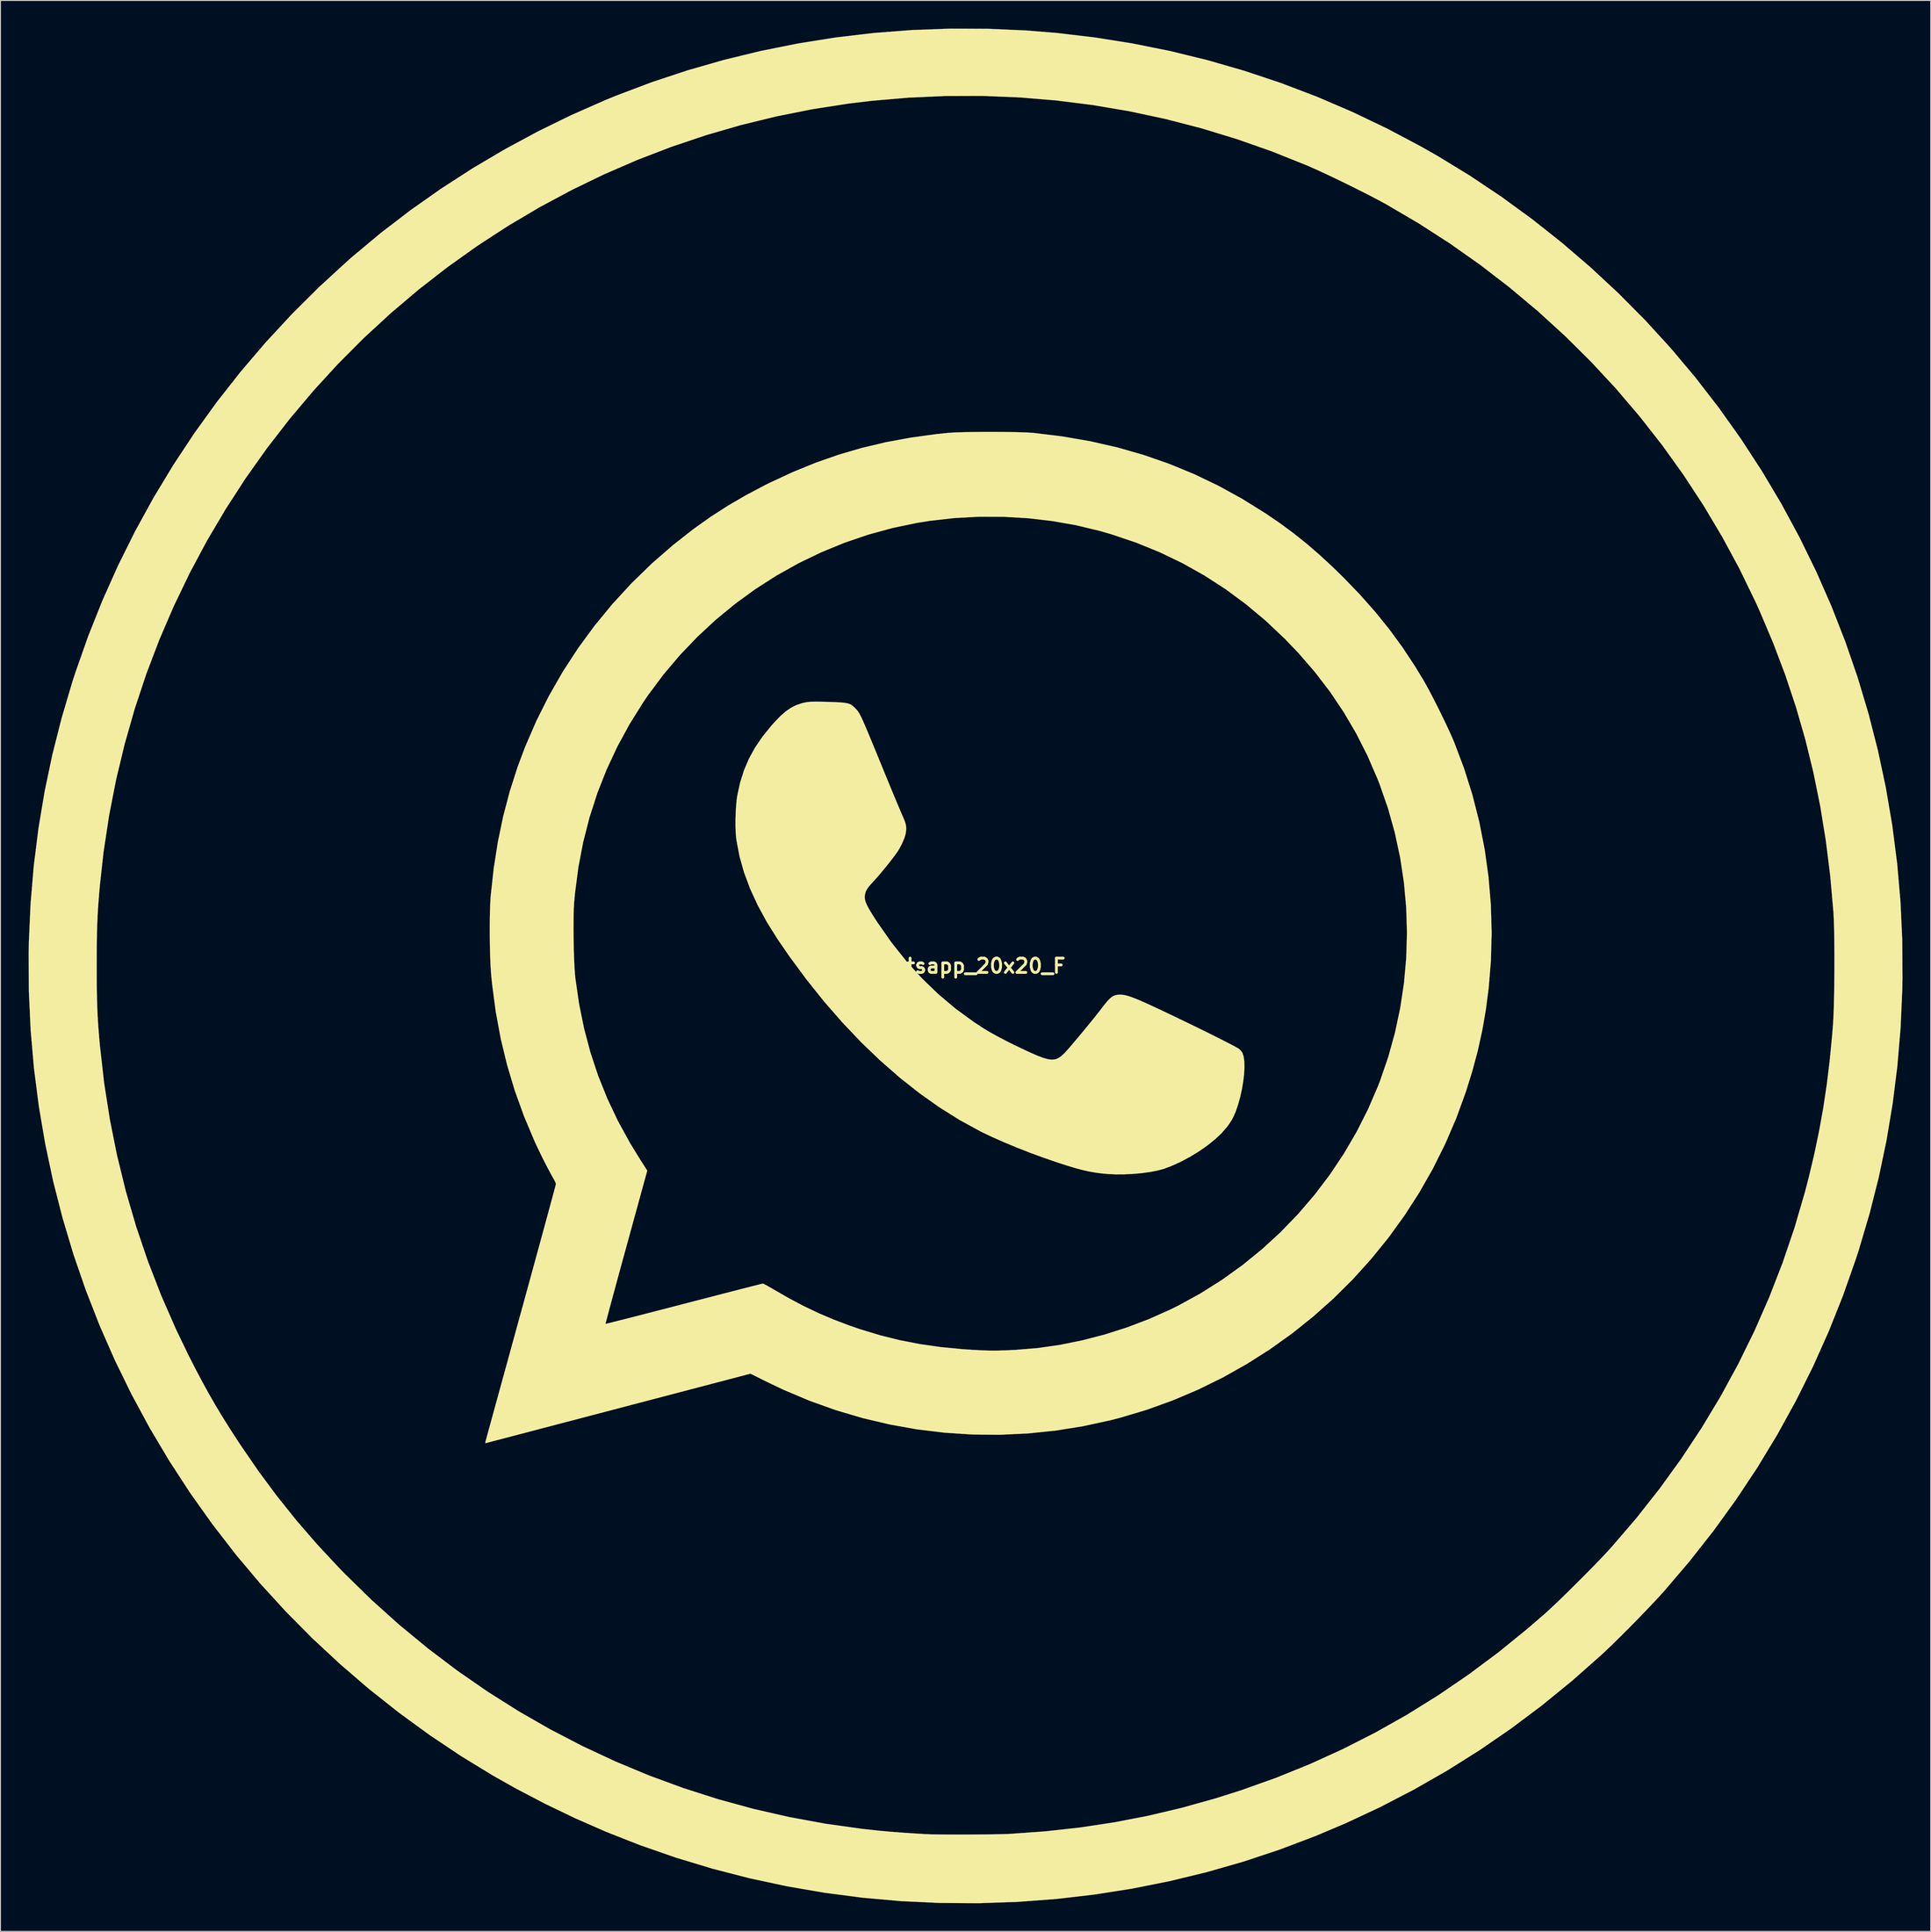
<source format=kicad_pcb>
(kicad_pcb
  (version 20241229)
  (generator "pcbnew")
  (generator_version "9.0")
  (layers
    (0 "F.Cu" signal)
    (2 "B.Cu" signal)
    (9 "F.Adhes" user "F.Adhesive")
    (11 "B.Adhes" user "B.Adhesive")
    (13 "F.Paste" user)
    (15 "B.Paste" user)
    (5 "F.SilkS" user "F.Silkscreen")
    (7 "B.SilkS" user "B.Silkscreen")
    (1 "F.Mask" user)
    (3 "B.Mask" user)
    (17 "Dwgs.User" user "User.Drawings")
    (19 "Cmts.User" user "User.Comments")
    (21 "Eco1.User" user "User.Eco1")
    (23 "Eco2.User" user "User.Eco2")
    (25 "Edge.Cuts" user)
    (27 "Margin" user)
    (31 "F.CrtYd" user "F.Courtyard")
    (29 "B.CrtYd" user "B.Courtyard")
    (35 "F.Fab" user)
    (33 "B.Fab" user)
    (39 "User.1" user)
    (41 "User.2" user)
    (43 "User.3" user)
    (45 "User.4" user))
  (footprint "whatsapp_20x20_F"
    (layer "F.Cu")
    (at 99.929 99.936)
    (property "Reference" "whatsapp_20x20_F" (at 0 0 0) (layer "F.SilkS") (effects (font (size 1.524 1.524) (thickness 0.3))))
    (attr through_hole)
    (fp_poly (pts (xy -15.442 -28.172) (xy -14.805 -28.156) (xy -14.647 -28.151) (xy -13.96 -28.128) (xy -13.419 -28.101) (xy -12.999 -28.066) (xy -12.677 -28.018) (xy -12.429 -27.952) (xy -12.232 -27.864) (xy -12.061 -27.747) (xy -11.892 -27.598) (xy -11.87 -27.576) (xy -11.757 -27.466) (xy -11.655 -27.361) (xy -11.559 -27.251) (xy -11.463 -27.123) (xy -11.363 -26.966) (xy -11.253 -26.77) (xy -11.128 -26.523) (xy -10.982 -26.213) (xy -10.811 -25.829) (xy -10.609 -25.36) (xy -10.37 -24.795) (xy -10.09 -24.122) (xy -9.764 -23.331) (xy -9.385 -22.409) (xy -8.949 -21.345) (xy -8.789 -20.955) (xy -8.463 -20.161) (xy -8.14 -19.377) (xy -7.83 -18.627) (xy -7.54 -17.931) (xy -7.281 -17.311) (xy -7.06 -16.789) (xy -6.888 -16.385) (xy -6.796 -16.173) (xy -6.599 -15.718) (xy -6.466 -15.376) (xy -6.384 -15.108) (xy -6.342 -14.878) (xy -6.33 -14.644) (xy -6.329 -14.607) (xy -6.376 -14.15) (xy -6.52 -13.64) (xy -6.771 -13.054) (xy -7.072 -12.478) (xy -7.248 -12.201) (xy -7.515 -11.825) (xy -7.853 -11.375) (xy -8.241 -10.88) (xy -8.658 -10.365) (xy -9.081 -9.857) (xy -9.491 -9.383) (xy -9.866 -8.968) (xy -9.927 -8.903) (xy -10.283 -8.504) (xy -10.524 -8.172) (xy -10.67 -7.871) (xy -10.739 -7.563) (xy -10.751 -7.305) (xy -10.73 -7.082) (xy -10.66 -6.828) (xy -10.534 -6.523) (xy -10.341 -6.151) (xy -10.073 -5.694) (xy -9.72 -5.132) (xy -9.371 -4.597) (xy -7.888 -2.482) (xy -6.319 -0.513) (xy -4.663 1.313) (xy -2.915 3) (xy -1.075 4.55) (xy 0.861 5.965) (xy 1.965 6.685) (xy 2.641 7.088) (xy 3.448 7.535) (xy 4.356 8.01) (xy 5.338 8.499) (xy 6.364 8.988) (xy 6.918 9.243) (xy 7.646 9.561) (xy 8.25 9.793) (xy 8.752 9.937) (xy 9.175 9.994) (xy 9.541 9.962) (xy 9.872 9.841) (xy 10.191 9.63) (xy 10.518 9.328) (xy 10.708 9.126) (xy 11.007 8.789) (xy 11.388 8.345) (xy 11.829 7.825) (xy 12.306 7.254) (xy 12.797 6.66) (xy 13.279 6.072) (xy 13.729 5.516) (xy 14.124 5.021) (xy 14.441 4.613) (xy 14.499 4.538) (xy 14.881 4.045) (xy 15.195 3.675) (xy 15.461 3.412) (xy 15.703 3.237) (xy 15.942 3.131) (xy 16.202 3.077) (xy 16.324 3.066) (xy 16.531 3.06) (xy 16.751 3.075) (xy 16.998 3.116) (xy 17.282 3.188) (xy 17.617 3.295) (xy 18.014 3.443) (xy 18.487 3.635) (xy 19.046 3.879) (xy 19.705 4.177) (xy 20.476 4.535) (xy 21.371 4.957) (xy 22.401 5.449) (xy 22.682 5.584) (xy 23.541 5.998) (xy 24.392 6.412) (xy 25.219 6.817) (xy 26.007 7.206) (xy 26.74 7.572) (xy 27.405 7.907) (xy 27.986 8.204) (xy 28.467 8.454) (xy 28.835 8.65) (xy 29.073 8.786) (xy 29.146 8.833) (xy 29.358 9.033) (xy 29.522 9.261) (xy 29.525 9.265) (xy 29.654 9.646) (xy 29.726 10.161) (xy 29.742 10.787) (xy 29.706 11.5) (xy 29.619 12.276) (xy 29.483 13.091) (xy 29.301 13.921) (xy 29.073 14.742) (xy 29.027 14.891) (xy 28.816 15.505) (xy 28.606 16.008) (xy 28.368 16.455) (xy 28.074 16.902) (xy 27.869 17.181) (xy 27.311 17.824) (xy 26.613 18.48) (xy 25.802 19.131) (xy 24.906 19.758) (xy 23.95 20.344) (xy 22.962 20.872) (xy 21.968 21.323) (xy 21.146 21.631) (xy 20.488 21.812) (xy 19.701 21.965) (xy 18.821 22.086) (xy 17.887 22.171) (xy 16.937 22.218) (xy 16.009 22.222) (xy 15.198 22.185) (xy 14.502 22.121) (xy 13.839 22.034) (xy 13.178 21.917) (xy 12.49 21.763) (xy 11.742 21.564) (xy 10.904 21.314) (xy 9.946 21.005) (xy 9.79 20.954) (xy 8.35 20.457) (xy 6.909 19.928) (xy 5.501 19.378) (xy 4.157 18.822) (xy 2.907 18.271) (xy 1.784 17.738) (xy 1.524 17.607) (xy -0.641 16.422) (xy -2.791 15.073) (xy -4.919 13.566) (xy -7.021 11.905) (xy -9.091 10.097) (xy -11.123 8.145) (xy -13.111 6.056) (xy -15.051 3.835) (xy -16.936 1.487) (xy -18.761 -0.983) (xy -20.037 -2.836) (xy -21.179 -4.656) (xy -22.157 -6.451) (xy -22.972 -8.219) (xy -23.621 -9.959) (xy -24.106 -11.671) (xy -24.425 -13.352) (xy -24.477 -13.754) (xy -24.519 -14.295) (xy -24.538 -14.954) (xy -24.535 -15.68) (xy -24.511 -16.424) (xy -24.467 -17.136) (xy -24.405 -17.767) (xy -24.347 -18.161) (xy -24.04 -19.559) (xy -23.628 -20.865) (xy -23.101 -22.1) (xy -22.446 -23.289) (xy -21.652 -24.454) (xy -20.707 -25.619) (xy -20.354 -26.013) (xy -19.743 -26.643) (xy -19.179 -27.139) (xy -18.632 -27.519) (xy -18.075 -27.801) (xy -17.48 -28.004) (xy -17.158 -28.081) (xy -16.918 -28.125) (xy -16.654 -28.155) (xy -16.338 -28.172) (xy -15.944 -28.178) (xy -15.442 -28.172)) (stroke (width 0.01) (type solid)) (fill yes) (layer "F.SilkS"))
    (fp_poly (pts (xy 3.232 -56.939) (xy 4.118 -56.933) (xy 4.96 -56.921) (xy 5.733 -56.903) (xy 6.41 -56.88) (xy 6.964 -56.852) (xy 7.281 -56.826) (xy 10.338 -56.453) (xy 13.302 -55.94) (xy 16.182 -55.284) (xy 18.982 -54.483) (xy 21.71 -53.535) (xy 24.372 -52.439) (xy 26.974 -51.191) (xy 29.522 -49.789) (xy 32.024 -48.231) (xy 32.046 -48.216) (xy 33.571 -47.173) (xy 35.021 -46.1) (xy 36.427 -44.974) (xy 37.823 -43.766) (xy 39.237 -42.453) (xy 40.349 -41.365) (xy 42.112 -39.533) (xy 43.73 -37.702) (xy 45.226 -35.846) (xy 46.622 -33.934) (xy 47.94 -31.939) (xy 48.851 -30.438) (xy 49.168 -29.877) (xy 49.535 -29.195) (xy 49.937 -28.424) (xy 50.355 -27.598) (xy 50.774 -26.751) (xy 51.177 -25.916) (xy 51.547 -25.127) (xy 51.868 -24.418) (xy 52.118 -23.834) (xy 53.165 -21.062) (xy 54.056 -18.234) (xy 54.788 -15.357) (xy 55.36 -12.441) (xy 55.771 -9.495) (xy 56.021 -6.528) (xy 56.107 -3.55) (xy 56.028 -0.569) (xy 55.79 2.347) (xy 55.491 4.657) (xy 55.104 6.883) (xy 54.62 9.073) (xy 54.027 11.278) (xy 53.343 13.462) (xy 52.325 16.251) (xy 51.158 18.964) (xy 49.847 21.597) (xy 48.399 24.144) (xy 46.817 26.601) (xy 45.108 28.963) (xy 43.276 31.225) (xy 41.326 33.383) (xy 39.265 35.432) (xy 37.096 37.366) (xy 34.825 39.182) (xy 32.457 40.874) (xy 29.998 42.438) (xy 27.453 43.869) (xy 24.826 45.161) (xy 22.123 46.311) (xy 19.349 47.314) (xy 16.51 48.164) (xy 15.452 48.437) (xy 12.523 49.074) (xy 9.577 49.544) (xy 6.623 49.847) (xy 3.664 49.985) (xy 0.708 49.957) (xy -2.239 49.765) (xy -5.171 49.41) (xy -8.082 48.891) (xy -10.967 48.209) (xy -13.818 47.367) (xy -16.63 46.363) (xy -19.396 45.198) (xy -21.228 44.325) (xy -22.94 43.47) (xy -37.06 47.175) (xy -38.568 47.571) (xy -40.032 47.954) (xy -41.443 48.325) (xy -42.792 48.678) (xy -44.073 49.014) (xy -45.275 49.329) (xy -46.39 49.622) (xy -47.412 49.889) (xy -48.33 50.13) (xy -49.136 50.341) (xy -49.823 50.52) (xy -50.382 50.666) (xy -50.804 50.777) (xy -51.081 50.849) (xy -51.205 50.881) (xy -51.211 50.882) (xy -51.216 50.814) (xy -51.185 50.657) (xy -51.156 50.552) (xy -51.085 50.292) (xy -50.974 49.886) (xy -50.826 49.343) (xy -50.641 48.671) (xy -50.424 47.88) (xy -50.177 46.977) (xy -49.901 45.972) (xy -49.599 44.873) (xy -49.274 43.689) (xy -48.927 42.428) (xy -48.562 41.1) (xy -48.181 39.712) (xy -47.786 38.274) (xy -47.408 36.898) (xy -47.002 35.423) (xy -46.609 33.991) (xy -46.231 32.612) (xy -45.87 31.293) (xy -45.528 30.043) (xy -45.208 28.871) (xy -44.912 27.786) (xy -44.642 26.795) (xy -44.401 25.908) (xy -44.191 25.134) (xy -44.014 24.48) (xy -43.873 23.955) (xy -43.77 23.569) (xy -43.708 23.328) (xy -43.688 23.244) (xy -43.729 23.106) (xy -43.833 22.884) (xy -43.926 22.716) (xy -44.208 22.216) (xy -44.537 21.603) (xy -44.892 20.916) (xy -45.253 20.197) (xy -45.598 19.487) (xy -45.907 18.827) (xy -45.959 18.711) (xy -47.097 16.008) (xy -48.077 13.287) (xy -48.903 10.533) (xy -49.579 7.73) (xy -50.109 4.863) (xy -50.497 1.917) (xy -50.598 0.889) (xy -50.645 0.237) (xy -50.684 -0.541) (xy -50.713 -1.413) (xy -50.733 -2.346) (xy -50.744 -3.309) (xy -50.744 -3.864) (xy -41.814 -3.864) (xy -41.807 -2.968) (xy -41.791 -2.065) (xy -41.766 -1.186) (xy -41.734 -0.362) (xy -41.695 0.375) (xy -41.65 0.994) (xy -41.617 1.312) (xy -41.223 4.035) (xy -40.689 6.667) (xy -40.012 9.222) (xy -39.186 11.709) (xy -38.209 14.141) (xy -37.076 16.53) (xy -35.782 18.888) (xy -34.742 20.584) (xy -33.949 21.821) (xy -36.19 29.978) (xy -36.503 31.118) (xy -36.802 32.211) (xy -37.085 33.246) (xy -37.348 34.212) (xy -37.589 35.099) (xy -37.804 35.895) (xy -37.991 36.59) (xy -38.147 37.172) (xy -38.268 37.63) (xy -38.353 37.954) (xy -38.396 38.132) (xy -38.402 38.165) (xy -38.318 38.148) (xy -38.081 38.091) (xy -37.702 37.997) (xy -37.191 37.869) (xy -36.561 37.709) (xy -35.821 37.521) (xy -34.984 37.306) (xy -34.058 37.069) (xy -33.057 36.81) (xy -31.99 36.535) (xy -30.868 36.244) (xy -30.045 36.03) (xy -28.889 35.73) (xy -27.78 35.443) (xy -26.727 35.17) (xy -25.741 34.916) (xy -24.835 34.682) (xy -24.018 34.472) (xy -23.302 34.289) (xy -22.698 34.135) (xy -22.217 34.013) (xy -21.87 33.926) (xy -21.668 33.877) (xy -21.619 33.867) (xy -21.515 33.908) (xy -21.294 34.022) (xy -20.987 34.192) (xy -20.621 34.403) (xy -20.476 34.489) (xy -18.818 35.441) (xy -17.221 36.283) (xy -15.643 37.035) (xy -14.037 37.716) (xy -12.359 38.349) (xy -11.218 38.74) (xy -9.132 39.375) (xy -7.029 39.898) (xy -4.879 40.317) (xy -2.654 40.636) (xy -0.326 40.86) (xy 0.776 40.932) (xy 1.457 40.968) (xy 2.036 40.994) (xy 2.554 41.009) (xy 3.052 41.012) (xy 3.57 41.005) (xy 4.149 40.987) (xy 4.83 40.958) (xy 5.334 40.934) (xy 7.672 40.744) (xy 10.053 40.403) (xy 12.452 39.918) (xy 14.849 39.295) (xy 17.219 38.54) (xy 19.541 37.659) (xy 21.791 36.658) (xy 22.648 36.235) (xy 25.034 34.928) (xy 27.329 33.482) (xy 29.527 31.904) (xy 31.622 30.199) (xy 33.609 28.373) (xy 35.482 26.434) (xy 37.235 24.388) (xy 38.863 22.241) (xy 40.359 19.998) (xy 41.719 17.668) (xy 42.937 15.255) (xy 44.006 12.767) (xy 44.205 12.252) (xy 45.085 9.693) (xy 45.804 7.092) (xy 46.363 4.457) (xy 46.761 1.797) (xy 46.999 -0.879) (xy 47.076 -3.562) (xy 46.993 -6.244) (xy 46.75 -8.916) (xy 46.346 -11.57) (xy 45.783 -14.196) (xy 45.059 -16.786) (xy 44.175 -19.331) (xy 43.937 -19.94) (xy 42.866 -22.411) (xy 41.669 -24.775) (xy 40.341 -27.042) (xy 38.876 -29.222) (xy 37.266 -31.324) (xy 35.507 -33.358) (xy 34.041 -34.887) (xy 32.017 -36.797) (xy 29.917 -38.556) (xy 27.738 -40.166) (xy 25.479 -41.627) (xy 23.136 -42.94) (xy 20.709 -44.108) (xy 18.195 -45.131) (xy 15.592 -46.01) (xy 14.266 -46.393) (xy 11.795 -46.986) (xy 9.255 -47.433) (xy 6.666 -47.734) (xy 4.046 -47.887) (xy 1.416 -47.893) (xy -1.206 -47.75) (xy -3.8 -47.458) (xy -5.165 -47.24) (xy -7.798 -46.691) (xy -10.386 -45.982) (xy -12.921 -45.118) (xy -15.397 -44.102) (xy -17.805 -42.94) (xy -20.14 -41.636) (xy -22.394 -40.196) (xy -24.559 -38.622) (xy -26.629 -36.921) (xy -28.597 -35.097) (xy -30.456 -33.154) (xy -32.198 -31.097) (xy -33.817 -28.931) (xy -34.351 -28.152) (xy -35.819 -25.809) (xy -37.128 -23.41) (xy -38.278 -20.953) (xy -39.27 -18.437) (xy -40.103 -15.861) (xy -40.778 -13.225) (xy -41.295 -10.528) (xy -41.654 -7.769) (xy -41.746 -6.748) (xy -41.779 -6.195) (xy -41.801 -5.509) (xy -41.812 -4.721) (xy -41.814 -3.864) (xy -50.744 -3.864) (xy -50.745 -4.269) (xy -50.736 -5.193) (xy -50.716 -6.05) (xy -50.687 -6.806) (xy -50.648 -7.429) (xy -50.642 -7.493) (xy -50.321 -10.42) (xy -49.877 -13.242) (xy -49.306 -15.975) (xy -48.606 -18.631) (xy -47.772 -21.228) (xy -46.98 -23.339) (xy -45.787 -26.094) (xy -44.447 -28.768) (xy -42.962 -31.358) (xy -41.336 -33.858) (xy -39.572 -36.264) (xy -37.674 -38.573) (xy -35.645 -40.779) (xy -33.487 -42.879) (xy -31.205 -44.868) (xy -29.041 -46.565) (xy -27.231 -47.853) (xy -25.37 -49.053) (xy -23.423 -50.189) (xy -21.351 -51.281) (xy -20.87 -51.52) (xy -18.425 -52.656) (xy -15.986 -53.65) (xy -13.53 -54.508) (xy -11.037 -55.236) (xy -8.484 -55.84) (xy -5.849 -56.327) (xy -3.111 -56.703) (xy -1.947 -56.826) (xy -1.503 -56.859) (xy -0.915 -56.887) (xy -0.212 -56.908) (xy 0.581 -56.924) (xy 1.437 -56.935) (xy 2.33 -56.94) (xy 3.232 -56.939)) (stroke (width 0.01) (type solid)) (fill yes) (layer "F.SilkS"))
    (fp_poly (pts (xy 2.412 -99.916) (xy 6.484 -99.735) (xy 9.652 -99.479) (xy 13.756 -98.996) (xy 17.82 -98.35) (xy 21.841 -97.54) (xy 25.818 -96.567) (xy 29.745 -95.433) (xy 33.622 -94.139) (xy 37.444 -92.685) (xy 41.208 -91.072) (xy 44.913 -89.302) (xy 48.554 -87.375) (xy 50.377 -86.338) (xy 53.808 -84.241) (xy 57.163 -81.997) (xy 60.433 -79.613) (xy 63.611 -77.097) (xy 66.687 -74.455) (xy 69.653 -71.695) (xy 72.501 -68.824) (xy 75.221 -65.85) (xy 77.805 -62.78) (xy 80.329 -59.519) (xy 82.706 -56.174) (xy 84.936 -52.75) (xy 87.018 -49.249) (xy 88.949 -45.676) (xy 90.729 -42.035) (xy 92.356 -38.331) (xy 93.828 -34.566) (xy 95.145 -30.745) (xy 96.306 -26.872) (xy 97.308 -22.951) (xy 98.151 -18.985) (xy 98.833 -14.98) (xy 99.352 -10.938) (xy 99.708 -6.863) (xy 99.899 -2.761) (xy 99.924 1.366) (xy 99.9 2.559) (xy 99.716 6.649) (xy 99.375 10.681) (xy 98.876 14.663) (xy 98.218 18.603) (xy 97.398 22.51) (xy 96.415 26.394) (xy 95.269 30.264) (xy 94.938 31.284) (xy 93.569 35.17) (xy 92.048 38.981) (xy 90.375 42.718) (xy 88.551 46.379) (xy 86.576 49.963) (xy 84.452 53.469) (xy 82.178 56.896) (xy 79.756 60.243) (xy 77.186 63.509) (xy 74.521 66.633) (xy 73.982 67.228) (xy 73.343 67.914) (xy 72.629 68.665) (xy 71.865 69.457) (xy 71.074 70.264) (xy 70.281 71.062) (xy 69.511 71.826) (xy 68.787 72.531) (xy 68.135 73.152) (xy 67.818 73.447) (xy 64.695 76.209) (xy 61.488 78.824) (xy 58.197 81.292) (xy 54.822 83.613) (xy 51.362 85.788) (xy 47.816 87.816) (xy 44.186 89.698) (xy 40.47 91.434) (xy 37.291 92.776) (xy 33.48 94.218) (xy 29.616 95.5) (xy 25.703 96.621) (xy 21.745 97.58) (xy 17.746 98.377) (xy 13.71 99.011) (xy 9.64 99.481) (xy 5.541 99.787) (xy 1.417 99.928) (xy -2.729 99.903) (xy -2.836 99.9) (xy -6.916 99.706) (xy -10.982 99.344) (xy -15.026 98.817) (xy -19.044 98.125) (xy -23.027 97.271) (xy -26.971 96.255) (xy -30.868 95.078) (xy -34.712 93.743) (xy -38.312 92.327) (xy -41.599 90.888) (xy -44.866 89.319) (xy -48.064 87.643) (xy -50.377 86.338) (xy -53.808 84.241) (xy -57.163 81.997) (xy -60.433 79.613) (xy -63.611 77.097) (xy -66.687 74.455) (xy -69.653 71.695) (xy -72.501 68.824) (xy -75.221 65.85) (xy -77.805 62.78) (xy -80.329 59.519) (xy -82.706 56.174) (xy -84.936 52.75) (xy -87.018 49.249) (xy -88.949 45.676) (xy -90.729 42.035) (xy -92.356 38.331) (xy -93.828 34.566) (xy -95.146 30.745) (xy -96.306 26.872) (xy -97.308 22.951) (xy -98.151 18.985) (xy -98.833 14.98) (xy -99.352 10.938) (xy -99.708 6.863) (xy -99.899 2.761) (xy -99.917 -0.085) (xy -92.664 -0.085) (xy -92.662 1.085) (xy -92.656 2.113) (xy -92.644 3.029) (xy -92.626 3.861) (xy -92.6 4.636) (xy -92.564 5.383) (xy -92.518 6.131) (xy -92.462 6.908) (xy -92.392 7.741) (xy -92.323 8.509) (xy -91.877 12.455) (xy -91.268 16.354) (xy -90.497 20.206) (xy -89.562 24.012) (xy -88.464 27.772) (xy -87.204 31.486) (xy -85.781 35.153) (xy -84.194 38.775) (xy -82.861 41.533) (xy -82.118 42.99) (xy -81.411 44.328) (xy -80.72 45.585) (xy -80.02 46.801) (xy -79.291 48.014) (xy -78.508 49.264) (xy -77.65 50.59) (xy -77.344 51.054) (xy -75.414 53.864) (xy -73.423 56.549) (xy -71.346 59.139) (xy -69.158 61.666) (xy -66.832 64.162) (xy -66.169 64.843) (xy -63.326 67.619) (xy -60.383 70.26) (xy -57.344 72.765) (xy -54.214 75.131) (xy -50.997 77.358) (xy -47.697 79.442) (xy -44.319 81.381) (xy -40.866 83.174) (xy -37.343 84.818) (xy -33.754 86.312) (xy -30.104 87.653) (xy -26.396 88.839) (xy -22.636 89.869) (xy -18.826 90.74) (xy -14.972 91.45) (xy -11.078 91.997) (xy -9.239 92.197) (xy -8.121 92.299) (xy -6.886 92.396) (xy -5.588 92.485) (xy -4.28 92.562) (xy -4.149 92.569) (xy -3.785 92.583) (xy -3.277 92.594) (xy -2.65 92.601) (xy -1.929 92.606) (xy -1.139 92.609) (xy -0.306 92.609) (xy 0.545 92.606) (xy 1.389 92.601) (xy 2.201 92.594) (xy 2.956 92.584) (xy 3.628 92.573) (xy 4.193 92.559) (xy 4.625 92.543) (xy 4.699 92.54) (xy 8.497 92.268) (xy 12.213 91.859) (xy 15.866 91.306) (xy 19.477 90.608) (xy 23.064 89.759) (xy 26.648 88.757) (xy 29.379 87.891) (xy 33.084 86.572) (xy 36.706 85.106) (xy 40.249 83.493) (xy 43.714 81.731) (xy 47.104 79.819) (xy 50.421 77.755) (xy 53.667 75.539) (xy 56.844 73.17) (xy 59.955 70.645) (xy 61.807 69.041) (xy 62.295 68.597) (xy 62.878 68.05) (xy 63.533 67.422) (xy 64.24 66.733) (xy 64.978 66.005) (xy 65.725 65.259) (xy 66.461 64.517) (xy 67.163 63.798) (xy 67.81 63.126) (xy 68.383 62.519) (xy 68.858 62.001) (xy 68.9 61.955) (xy 71.521 58.903) (xy 73.996 55.766) (xy 76.324 52.549) (xy 78.504 49.252) (xy 80.534 45.879) (xy 82.413 42.43) (xy 84.141 38.908) (xy 85.716 35.315) (xy 87.137 31.654) (xy 88.404 27.926) (xy 89.514 24.133) (xy 89.948 22.462) (xy 90.533 19.992) (xy 91.04 17.559) (xy 91.477 15.127) (xy 91.847 12.658) (xy 92.158 10.117) (xy 92.415 7.465) (xy 92.512 6.265) (xy 92.55 5.654) (xy 92.582 4.901) (xy 92.61 4.033) (xy 92.632 3.074) (xy 92.649 2.049) (xy 92.66 0.984) (xy 92.665 -0.098) (xy 92.665 -1.17) (xy 92.658 -2.209) (xy 92.646 -3.188) (xy 92.628 -4.084) (xy 92.603 -4.872) (xy 92.573 -5.525) (xy 92.558 -5.757) (xy 92.216 -9.616) (xy 91.748 -13.369) (xy 91.153 -17.031) (xy 90.426 -20.614) (xy 89.565 -24.132) (xy 88.565 -27.597) (xy 87.425 -31.022) (xy 86.139 -34.42) (xy 84.706 -37.806) (xy 84.248 -38.82) (xy 82.541 -42.334) (xy 80.688 -45.767) (xy 78.691 -49.115) (xy 76.555 -52.374) (xy 74.283 -55.539) (xy 71.879 -58.607) (xy 69.347 -61.573) (xy 66.691 -64.434) (xy 63.914 -67.185) (xy 61.021 -69.823) (xy 58.014 -72.343) (xy 54.898 -74.741) (xy 51.677 -77.013) (xy 48.353 -79.156) (xy 44.932 -81.164) (xy 44.873 -81.197) (xy 44.148 -81.592) (xy 43.302 -82.037) (xy 42.367 -82.516) (xy 41.375 -83.014) (xy 40.358 -83.515) (xy 39.347 -84.003) (xy 38.374 -84.463) (xy 37.472 -84.879) (xy 36.673 -85.235) (xy 36.364 -85.367) (xy 32.661 -86.847) (xy 28.915 -88.163) (xy 25.13 -89.316) (xy 21.31 -90.304) (xy 17.458 -91.127) (xy 13.578 -91.784) (xy 9.674 -92.276) (xy 5.749 -92.601) (xy 1.806 -92.76) (xy -2.15 -92.751) (xy -6.117 -92.575) (xy -10.091 -92.23) (xy -12.488 -91.941) (xy -16.356 -91.34) (xy -20.183 -90.575) (xy -23.967 -89.65) (xy -27.701 -88.568) (xy -31.381 -87.329) (xy -35.003 -85.938) (xy -38.561 -84.396) (xy -42.05 -82.706) (xy -45.467 -80.872) (xy -48.806 -78.894) (xy -52.063 -76.776) (xy -55.232 -74.521) (xy -58.31 -72.13) (xy -61.29 -69.607) (xy -64.169 -66.954) (xy -66.942 -64.174) (xy -69.503 -61.383) (xy -72.072 -58.341) (xy -74.499 -55.21) (xy -76.783 -51.993) (xy -78.921 -48.695) (xy -80.913 -45.321) (xy -82.756 -41.873) (xy -84.448 -38.357) (xy -85.989 -34.776) (xy -87.375 -31.134) (xy -88.605 -27.436) (xy -89.678 -23.686) (xy -90.592 -19.886) (xy -91.344 -16.043) (xy -91.934 -12.159) (xy -92.324 -8.636) (xy -92.404 -7.736) (xy -92.47 -6.917) (xy -92.525 -6.153) (xy -92.569 -5.413) (xy -92.602 -4.671) (xy -92.628 -3.897) (xy -92.645 -3.064) (xy -92.656 -2.142) (xy -92.662 -1.104) (xy -92.664 -0.085) (xy -99.917 -0.085) (xy -99.924 -1.366) (xy -99.9 -2.559) (xy -99.716 -6.649) (xy -99.375 -10.681) (xy -98.876 -14.663) (xy -98.218 -18.603) (xy -97.398 -22.51) (xy -96.415 -26.394) (xy -95.269 -30.264) (xy -94.938 -31.284) (xy -93.572 -35.161) (xy -92.052 -38.967) (xy -90.382 -42.699) (xy -88.563 -46.354) (xy -86.598 -49.928) (xy -84.489 -53.417) (xy -82.238 -56.818) (xy -79.848 -60.128) (xy -77.321 -63.344) (xy -74.658 -66.462) (xy -71.864 -69.478) (xy -68.938 -72.389) (xy -65.885 -75.192) (xy -65.363 -75.649) (xy -62.342 -78.167) (xy -59.198 -80.575) (xy -55.942 -82.866) (xy -52.584 -85.034) (xy -49.136 -87.072) (xy -45.609 -88.973) (xy -42.013 -90.731) (xy -38.36 -92.339) (xy -37.291 -92.776) (xy -33.506 -94.208) (xy -29.662 -95.482) (xy -25.765 -96.599) (xy -21.823 -97.557) (xy -17.842 -98.355) (xy -13.828 -98.993) (xy -9.789 -99.469) (xy -5.732 -99.782) (xy -1.663 -99.931) (xy 2.412 -99.916)) (stroke (width 0.01) (type solid)) (fill yes) (layer "F.SilkS")))
  (gr_rect
    (start -3 -3)
    (end 202.859 202.869)
    (stroke (width 0.1) (type default))
    (fill no)
    (layer "Edge.Cuts")))
</source>
